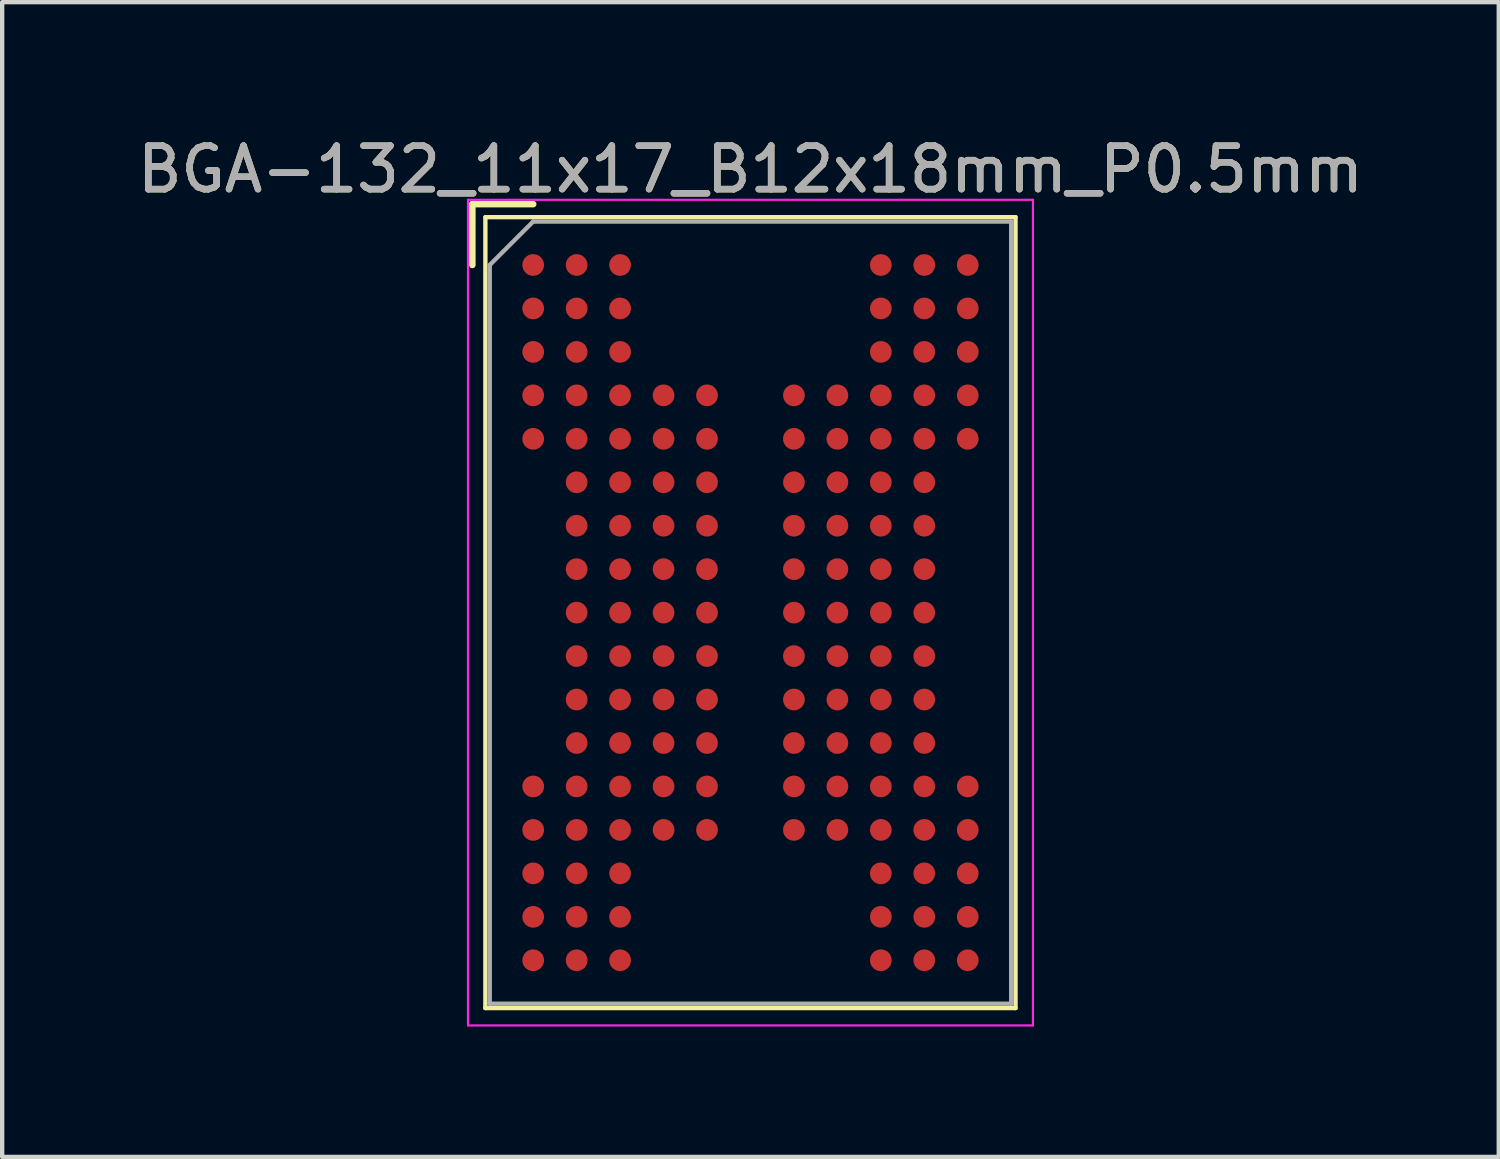
<source format=kicad_pcb>
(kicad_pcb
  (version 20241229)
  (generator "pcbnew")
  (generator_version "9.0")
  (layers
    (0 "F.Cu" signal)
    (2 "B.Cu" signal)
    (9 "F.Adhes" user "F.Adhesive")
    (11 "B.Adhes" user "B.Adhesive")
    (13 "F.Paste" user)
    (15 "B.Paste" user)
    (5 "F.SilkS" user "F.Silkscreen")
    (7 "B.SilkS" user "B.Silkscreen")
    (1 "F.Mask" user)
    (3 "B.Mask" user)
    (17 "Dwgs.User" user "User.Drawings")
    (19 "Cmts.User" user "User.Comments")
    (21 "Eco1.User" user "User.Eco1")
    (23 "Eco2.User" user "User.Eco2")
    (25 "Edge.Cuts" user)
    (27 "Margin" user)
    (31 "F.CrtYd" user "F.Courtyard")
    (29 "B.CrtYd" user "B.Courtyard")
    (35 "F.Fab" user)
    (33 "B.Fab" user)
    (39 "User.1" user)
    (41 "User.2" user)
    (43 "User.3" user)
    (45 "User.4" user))
  (footprint "BGA-132_11x17_B12x18mm_P0.5mm"
    (layer "F.Cu")
    (at 14.22 11.048)
    (property "Reference" "BGA-132_11x17_B12x18mm_P0.5mm" (at 0 -10.2 0) (layer "F.SilkS") (effects (font (size 1 1) (thickness 0.15))))
    (attr smd)
    (fp_line (start -6.4 -9.4) (end -6.4 -8) (stroke (width 0.15) (type solid)) (layer "F.SilkS"))
    (fp_line (start -6.1 -9.1) (end 6.1 -9.1) (stroke (width 0.1) (type solid)) (layer "F.SilkS"))
    (fp_line (start -6.1 9.1) (end -6.1 -9.1) (stroke (width 0.1) (type solid)) (layer "F.SilkS"))
    (fp_line (start -6.1 9.1) (end 6.1 9.1) (stroke (width 0.1) (type solid)) (layer "F.SilkS"))
    (fp_line (start -5 -9.4) (end -6.4 -9.4) (stroke (width 0.15) (type solid)) (layer "F.SilkS"))
    (fp_line (start 6.1 -9.1) (end 6.1 9.1) (stroke (width 0.1) (type solid)) (layer "F.SilkS"))
    (fp_line (start -6.5 -9.5) (end 6.5 -9.5) (stroke (width 0.05) (type solid)) (layer "F.CrtYd"))
    (fp_line (start -6.5 9.5) (end -6.5 -9.5) (stroke (width 0.05) (type solid)) (layer "F.CrtYd"))
    (fp_line (start 6.5 -9.5) (end 6.5 9.5) (stroke (width 0.05) (type solid)) (layer "F.CrtYd"))
    (fp_line (start 6.5 9.5) (end -6.5 9.5) (stroke (width 0.05) (type solid)) (layer "F.CrtYd"))
    (fp_line (start -6 -8) (end -6 9) (stroke (width 0.1) (type solid)) (layer "F.Fab"))
    (fp_line (start -5 -9) (end -6 -8) (stroke (width 0.1) (type solid)) (layer "F.Fab"))
    (fp_line (start 6 -9) (end -5 -9) (stroke (width 0.1) (type solid)) (layer "F.Fab"))
    (fp_line (start 6 9) (end -6 9) (stroke (width 0.1) (type solid)) (layer "F.Fab"))
    (fp_line (start 6 9) (end 6 -9) (stroke (width 0.1) (type solid)) (layer "F.Fab"))
    (fp_text user "${REFERENCE}" (at 0 -10.2 0) (layer "F.Fab") (effects (font (size 1 1) (thickness 0.15))))
    (pad "A1" smd circle (at -5 -8) (size 0.5 0.5) (layers "F.Cu" "F.Mask" "F.Paste"))
    (pad "A2" smd circle (at -4 -8) (size 0.5 0.5) (layers "F.Cu" "F.Mask" "F.Paste"))
    (pad "A3" smd circle (at -3 -8) (size 0.5 0.5) (layers "F.Cu" "F.Mask" "F.Paste"))
    (pad "A9" smd circle (at 3 -8) (size 0.5 0.5) (layers "F.Cu" "F.Mask" "F.Paste"))
    (pad "A10" smd circle (at 4 -8) (size 0.5 0.5) (layers "F.Cu" "F.Mask" "F.Paste"))
    (pad "A11" smd circle (at 5 -8) (size 0.5 0.5) (layers "F.Cu" "F.Mask" "F.Paste"))
    (pad "B1" smd circle (at -5 -7) (size 0.5 0.5) (layers "F.Cu" "F.Mask" "F.Paste"))
    (pad "B2" smd circle (at -4 -7) (size 0.5 0.5) (layers "F.Cu" "F.Mask" "F.Paste"))
    (pad "B3" smd circle (at -3 -7) (size 0.5 0.5) (layers "F.Cu" "F.Mask" "F.Paste"))
    (pad "B9" smd circle (at 3 -7) (size 0.5 0.5) (layers "F.Cu" "F.Mask" "F.Paste"))
    (pad "B10" smd circle (at 4 -7) (size 0.5 0.5) (layers "F.Cu" "F.Mask" "F.Paste"))
    (pad "B11" smd circle (at 5 -7) (size 0.5 0.5) (layers "F.Cu" "F.Mask" "F.Paste"))
    (pad "C1" smd circle (at -5 -6) (size 0.5 0.5) (layers "F.Cu" "F.Mask" "F.Paste"))
    (pad "C2" smd circle (at -4 -6) (size 0.5 0.5) (layers "F.Cu" "F.Mask" "F.Paste"))
    (pad "C3" smd circle (at -3 -6) (size 0.5 0.5) (layers "F.Cu" "F.Mask" "F.Paste"))
    (pad "C9" smd circle (at 3 -6) (size 0.5 0.5) (layers "F.Cu" "F.Mask" "F.Paste"))
    (pad "C10" smd circle (at 4 -6) (size 0.5 0.5) (layers "F.Cu" "F.Mask" "F.Paste"))
    (pad "C11" smd circle (at 5 -6) (size 0.5 0.5) (layers "F.Cu" "F.Mask" "F.Paste"))
    (pad "D1" smd circle (at -5 -5) (size 0.5 0.5) (layers "F.Cu" "F.Mask" "F.Paste"))
    (pad "D2" smd circle (at -4 -5) (size 0.5 0.5) (layers "F.Cu" "F.Mask" "F.Paste"))
    (pad "D3" smd circle (at -3 -5) (size 0.5 0.5) (layers "F.Cu" "F.Mask" "F.Paste"))
    (pad "D4" smd circle (at -2 -5) (size 0.5 0.5) (layers "F.Cu" "F.Mask" "F.Paste"))
    (pad "D5" smd circle (at -1 -5) (size 0.5 0.5) (layers "F.Cu" "F.Mask" "F.Paste"))
    (pad "D7" smd circle (at 1 -5) (size 0.5 0.5) (layers "F.Cu" "F.Mask" "F.Paste"))
    (pad "D8" smd circle (at 2 -5) (size 0.5 0.5) (layers "F.Cu" "F.Mask" "F.Paste"))
    (pad "D9" smd circle (at 3 -5) (size 0.5 0.5) (layers "F.Cu" "F.Mask" "F.Paste"))
    (pad "D10" smd circle (at 4 -5) (size 0.5 0.5) (layers "F.Cu" "F.Mask" "F.Paste"))
    (pad "D11" smd circle (at 5 -5) (size 0.5 0.5) (layers "F.Cu" "F.Mask" "F.Paste"))
    (pad "E1" smd circle (at -5 -4) (size 0.5 0.5) (layers "F.Cu" "F.Mask" "F.Paste"))
    (pad "E2" smd circle (at -4 -4) (size 0.5 0.5) (layers "F.Cu" "F.Mask" "F.Paste"))
    (pad "E3" smd circle (at -3 -4) (size 0.5 0.5) (layers "F.Cu" "F.Mask" "F.Paste"))
    (pad "E4" smd circle (at -2 -4) (size 0.5 0.5) (layers "F.Cu" "F.Mask" "F.Paste"))
    (pad "E5" smd circle (at -1 -4) (size 0.5 0.5) (layers "F.Cu" "F.Mask" "F.Paste"))
    (pad "E7" smd circle (at 1 -4) (size 0.5 0.5) (layers "F.Cu" "F.Mask" "F.Paste"))
    (pad "E8" smd circle (at 2 -4) (size 0.5 0.5) (layers "F.Cu" "F.Mask" "F.Paste"))
    (pad "E9" smd circle (at 3 -4) (size 0.5 0.5) (layers "F.Cu" "F.Mask" "F.Paste"))
    (pad "E10" smd circle (at 4 -4) (size 0.5 0.5) (layers "F.Cu" "F.Mask" "F.Paste"))
    (pad "E11" smd circle (at 5 -4) (size 0.5 0.5) (layers "F.Cu" "F.Mask" "F.Paste"))
    (pad "F2" smd circle (at -4 -3) (size 0.5 0.5) (layers "F.Cu" "F.Mask" "F.Paste"))
    (pad "F3" smd circle (at -3 -3) (size 0.5 0.5) (layers "F.Cu" "F.Mask" "F.Paste"))
    (pad "F4" smd circle (at -2 -3) (size 0.5 0.5) (layers "F.Cu" "F.Mask" "F.Paste"))
    (pad "F5" smd circle (at -1 -3) (size 0.5 0.5) (layers "F.Cu" "F.Mask" "F.Paste"))
    (pad "F7" smd circle (at 1 -3) (size 0.5 0.5) (layers "F.Cu" "F.Mask" "F.Paste"))
    (pad "F8" smd circle (at 2 -3) (size 0.5 0.5) (layers "F.Cu" "F.Mask" "F.Paste"))
    (pad "F9" smd circle (at 3 -3) (size 0.5 0.5) (layers "F.Cu" "F.Mask" "F.Paste"))
    (pad "F10" smd circle (at 4 -3) (size 0.5 0.5) (layers "F.Cu" "F.Mask" "F.Paste"))
    (pad "G2" smd circle (at -4 -2) (size 0.5 0.5) (layers "F.Cu" "F.Mask" "F.Paste"))
    (pad "G3" smd circle (at -3 -2) (size 0.5 0.5) (layers "F.Cu" "F.Mask" "F.Paste"))
    (pad "G4" smd circle (at -2 -2) (size 0.5 0.5) (layers "F.Cu" "F.Mask" "F.Paste"))
    (pad "G5" smd circle (at -1 -2) (size 0.5 0.5) (layers "F.Cu" "F.Mask" "F.Paste"))
    (pad "G7" smd circle (at 1 -2) (size 0.5 0.5) (layers "F.Cu" "F.Mask" "F.Paste"))
    (pad "G8" smd circle (at 2 -2) (size 0.5 0.5) (layers "F.Cu" "F.Mask" "F.Paste"))
    (pad "G9" smd circle (at 3 -2) (size 0.5 0.5) (layers "F.Cu" "F.Mask" "F.Paste"))
    (pad "G10" smd circle (at 4 -2) (size 0.5 0.5) (layers "F.Cu" "F.Mask" "F.Paste"))
    (pad "H2" smd circle (at -4 -1) (size 0.5 0.5) (layers "F.Cu" "F.Mask" "F.Paste"))
    (pad "H3" smd circle (at -3 -1) (size 0.5 0.5) (layers "F.Cu" "F.Mask" "F.Paste"))
    (pad "H4" smd circle (at -2 -1) (size 0.5 0.5) (layers "F.Cu" "F.Mask" "F.Paste"))
    (pad "H5" smd circle (at -1 -1) (size 0.5 0.5) (layers "F.Cu" "F.Mask" "F.Paste"))
    (pad "H7" smd circle (at 1 -1) (size 0.5 0.5) (layers "F.Cu" "F.Mask" "F.Paste"))
    (pad "H8" smd circle (at 2 -1) (size 0.5 0.5) (layers "F.Cu" "F.Mask" "F.Paste"))
    (pad "H9" smd circle (at 3 -1) (size 0.5 0.5) (layers "F.Cu" "F.Mask" "F.Paste"))
    (pad "H10" smd circle (at 4 -1) (size 0.5 0.5) (layers "F.Cu" "F.Mask" "F.Paste"))
    (pad "J2" smd circle (at -4 0) (size 0.5 0.5) (layers "F.Cu" "F.Mask" "F.Paste"))
    (pad "J3" smd circle (at -3 0) (size 0.5 0.5) (layers "F.Cu" "F.Mask" "F.Paste"))
    (pad "J4" smd circle (at -2 0) (size 0.5 0.5) (layers "F.Cu" "F.Mask" "F.Paste"))
    (pad "J5" smd circle (at -1 0) (size 0.5 0.5) (layers "F.Cu" "F.Mask" "F.Paste"))
    (pad "J7" smd circle (at 1 0) (size 0.5 0.5) (layers "F.Cu" "F.Mask" "F.Paste"))
    (pad "J8" smd circle (at 2 0) (size 0.5 0.5) (layers "F.Cu" "F.Mask" "F.Paste"))
    (pad "J9" smd circle (at 3 0) (size 0.5 0.5) (layers "F.Cu" "F.Mask" "F.Paste"))
    (pad "J10" smd circle (at 4 0) (size 0.5 0.5) (layers "F.Cu" "F.Mask" "F.Paste"))
    (pad "K2" smd circle (at -4 1) (size 0.5 0.5) (layers "F.Cu" "F.Mask" "F.Paste"))
    (pad "K3" smd circle (at -3 1) (size 0.5 0.5) (layers "F.Cu" "F.Mask" "F.Paste"))
    (pad "K4" smd circle (at -2 1) (size 0.5 0.5) (layers "F.Cu" "F.Mask" "F.Paste"))
    (pad "K5" smd circle (at -1 1) (size 0.5 0.5) (layers "F.Cu" "F.Mask" "F.Paste"))
    (pad "K7" smd circle (at 1 1) (size 0.5 0.5) (layers "F.Cu" "F.Mask" "F.Paste"))
    (pad "K8" smd circle (at 2 1) (size 0.5 0.5) (layers "F.Cu" "F.Mask" "F.Paste"))
    (pad "K9" smd circle (at 3 1) (size 0.5 0.5) (layers "F.Cu" "F.Mask" "F.Paste"))
    (pad "K10" smd circle (at 4 1) (size 0.5 0.5) (layers "F.Cu" "F.Mask" "F.Paste"))
    (pad "L2" smd circle (at -4 2) (size 0.5 0.5) (layers "F.Cu" "F.Mask" "F.Paste"))
    (pad "L3" smd circle (at -3 2) (size 0.5 0.5) (layers "F.Cu" "F.Mask" "F.Paste"))
    (pad "L4" smd circle (at -2 2) (size 0.5 0.5) (layers "F.Cu" "F.Mask" "F.Paste"))
    (pad "L5" smd circle (at -1 2) (size 0.5 0.5) (layers "F.Cu" "F.Mask" "F.Paste"))
    (pad "L7" smd circle (at 1 2) (size 0.5 0.5) (layers "F.Cu" "F.Mask" "F.Paste"))
    (pad "L8" smd circle (at 2 2) (size 0.5 0.5) (layers "F.Cu" "F.Mask" "F.Paste"))
    (pad "L9" smd circle (at 3 2) (size 0.5 0.5) (layers "F.Cu" "F.Mask" "F.Paste"))
    (pad "L10" smd circle (at 4 2) (size 0.5 0.5) (layers "F.Cu" "F.Mask" "F.Paste"))
    (pad "M2" smd circle (at -4 3) (size 0.5 0.5) (layers "F.Cu" "F.Mask" "F.Paste"))
    (pad "M3" smd circle (at -3 3) (size 0.5 0.5) (layers "F.Cu" "F.Mask" "F.Paste"))
    (pad "M4" smd circle (at -2 3) (size 0.5 0.5) (layers "F.Cu" "F.Mask" "F.Paste"))
    (pad "M5" smd circle (at -1 3) (size 0.5 0.5) (layers "F.Cu" "F.Mask" "F.Paste"))
    (pad "M7" smd circle (at 1 3) (size 0.5 0.5) (layers "F.Cu" "F.Mask" "F.Paste"))
    (pad "M8" smd circle (at 2 3) (size 0.5 0.5) (layers "F.Cu" "F.Mask" "F.Paste"))
    (pad "M9" smd circle (at 3 3) (size 0.5 0.5) (layers "F.Cu" "F.Mask" "F.Paste"))
    (pad "M10" smd circle (at 4 3) (size 0.5 0.5) (layers "F.Cu" "F.Mask" "F.Paste"))
    (pad "N1" smd circle (at -5 4) (size 0.5 0.5) (layers "F.Cu" "F.Mask" "F.Paste"))
    (pad "N2" smd circle (at -4 4) (size 0.5 0.5) (layers "F.Cu" "F.Mask" "F.Paste"))
    (pad "N3" smd circle (at -3 4) (size 0.5 0.5) (layers "F.Cu" "F.Mask" "F.Paste"))
    (pad "N4" smd circle (at -2 4) (size 0.5 0.5) (layers "F.Cu" "F.Mask" "F.Paste"))
    (pad "N5" smd circle (at -1 4) (size 0.5 0.5) (layers "F.Cu" "F.Mask" "F.Paste"))
    (pad "N7" smd circle (at 1 4) (size 0.5 0.5) (layers "F.Cu" "F.Mask" "F.Paste"))
    (pad "N8" smd circle (at 2 4) (size 0.5 0.5) (layers "F.Cu" "F.Mask" "F.Paste"))
    (pad "N9" smd circle (at 3 4) (size 0.5 0.5) (layers "F.Cu" "F.Mask" "F.Paste"))
    (pad "N10" smd circle (at 4 4) (size 0.5 0.5) (layers "F.Cu" "F.Mask" "F.Paste"))
    (pad "N11" smd circle (at 5 4) (size 0.5 0.5) (layers "F.Cu" "F.Mask" "F.Paste"))
    (pad "P1" smd circle (at -5 5) (size 0.5 0.5) (layers "F.Cu" "F.Mask" "F.Paste"))
    (pad "P2" smd circle (at -4 5) (size 0.5 0.5) (layers "F.Cu" "F.Mask" "F.Paste"))
    (pad "P3" smd circle (at -3 5) (size 0.5 0.5) (layers "F.Cu" "F.Mask" "F.Paste"))
    (pad "P4" smd circle (at -2 5) (size 0.5 0.5) (layers "F.Cu" "F.Mask" "F.Paste"))
    (pad "P5" smd circle (at -1 5) (size 0.5 0.5) (layers "F.Cu" "F.Mask" "F.Paste"))
    (pad "P7" smd circle (at 1 5) (size 0.5 0.5) (layers "F.Cu" "F.Mask" "F.Paste"))
    (pad "P8" smd circle (at 2 5) (size 0.5 0.5) (layers "F.Cu" "F.Mask" "F.Paste"))
    (pad "P9" smd circle (at 3 5) (size 0.5 0.5) (layers "F.Cu" "F.Mask" "F.Paste"))
    (pad "P10" smd circle (at 4 5) (size 0.5 0.5) (layers "F.Cu" "F.Mask" "F.Paste"))
    (pad "P11" smd circle (at 5 5) (size 0.5 0.5) (layers "F.Cu" "F.Mask" "F.Paste"))
    (pad "R1" smd circle (at -5 6) (size 0.5 0.5) (layers "F.Cu" "F.Mask" "F.Paste"))
    (pad "R2" smd circle (at -4 6) (size 0.5 0.5) (layers "F.Cu" "F.Mask" "F.Paste"))
    (pad "R3" smd circle (at -3 6) (size 0.5 0.5) (layers "F.Cu" "F.Mask" "F.Paste"))
    (pad "R9" smd circle (at 3 6) (size 0.5 0.5) (layers "F.Cu" "F.Mask" "F.Paste"))
    (pad "R10" smd circle (at 4 6) (size 0.5 0.5) (layers "F.Cu" "F.Mask" "F.Paste"))
    (pad "R11" smd circle (at 5 6) (size 0.5 0.5) (layers "F.Cu" "F.Mask" "F.Paste"))
    (pad "T1" smd circle (at -5 7) (size 0.5 0.5) (layers "F.Cu" "F.Mask" "F.Paste"))
    (pad "T2" smd circle (at -4 7) (size 0.5 0.5) (layers "F.Cu" "F.Mask" "F.Paste"))
    (pad "T3" smd circle (at -3 7) (size 0.5 0.5) (layers "F.Cu" "F.Mask" "F.Paste"))
    (pad "T9" smd circle (at 3 7) (size 0.5 0.5) (layers "F.Cu" "F.Mask" "F.Paste"))
    (pad "T10" smd circle (at 4 7) (size 0.5 0.5) (layers "F.Cu" "F.Mask" "F.Paste"))
    (pad "T11" smd circle (at 5 7) (size 0.5 0.5) (layers "F.Cu" "F.Mask" "F.Paste"))
    (pad "U1" smd circle (at -5 8) (size 0.5 0.5) (layers "F.Cu" "F.Mask" "F.Paste"))
    (pad "U2" smd circle (at -4 8) (size 0.5 0.5) (layers "F.Cu" "F.Mask" "F.Paste"))
    (pad "U3" smd circle (at -3 8) (size 0.5 0.5) (layers "F.Cu" "F.Mask" "F.Paste"))
    (pad "U9" smd circle (at 3 8) (size 0.5 0.5) (layers "F.Cu" "F.Mask" "F.Paste"))
    (pad "U10" smd circle (at 4 8) (size 0.5 0.5) (layers "F.Cu" "F.Mask" "F.Paste"))
    (pad "U11" smd circle (at 5 8) (size 0.5 0.5) (layers "F.Cu" "F.Mask" "F.Paste")))
  (gr_rect
    (start -3 -3)
    (end 31.44 23.573)
    (stroke (width 0.1) (type default))
    (fill no)
    (layer "Edge.Cuts")))
</source>
